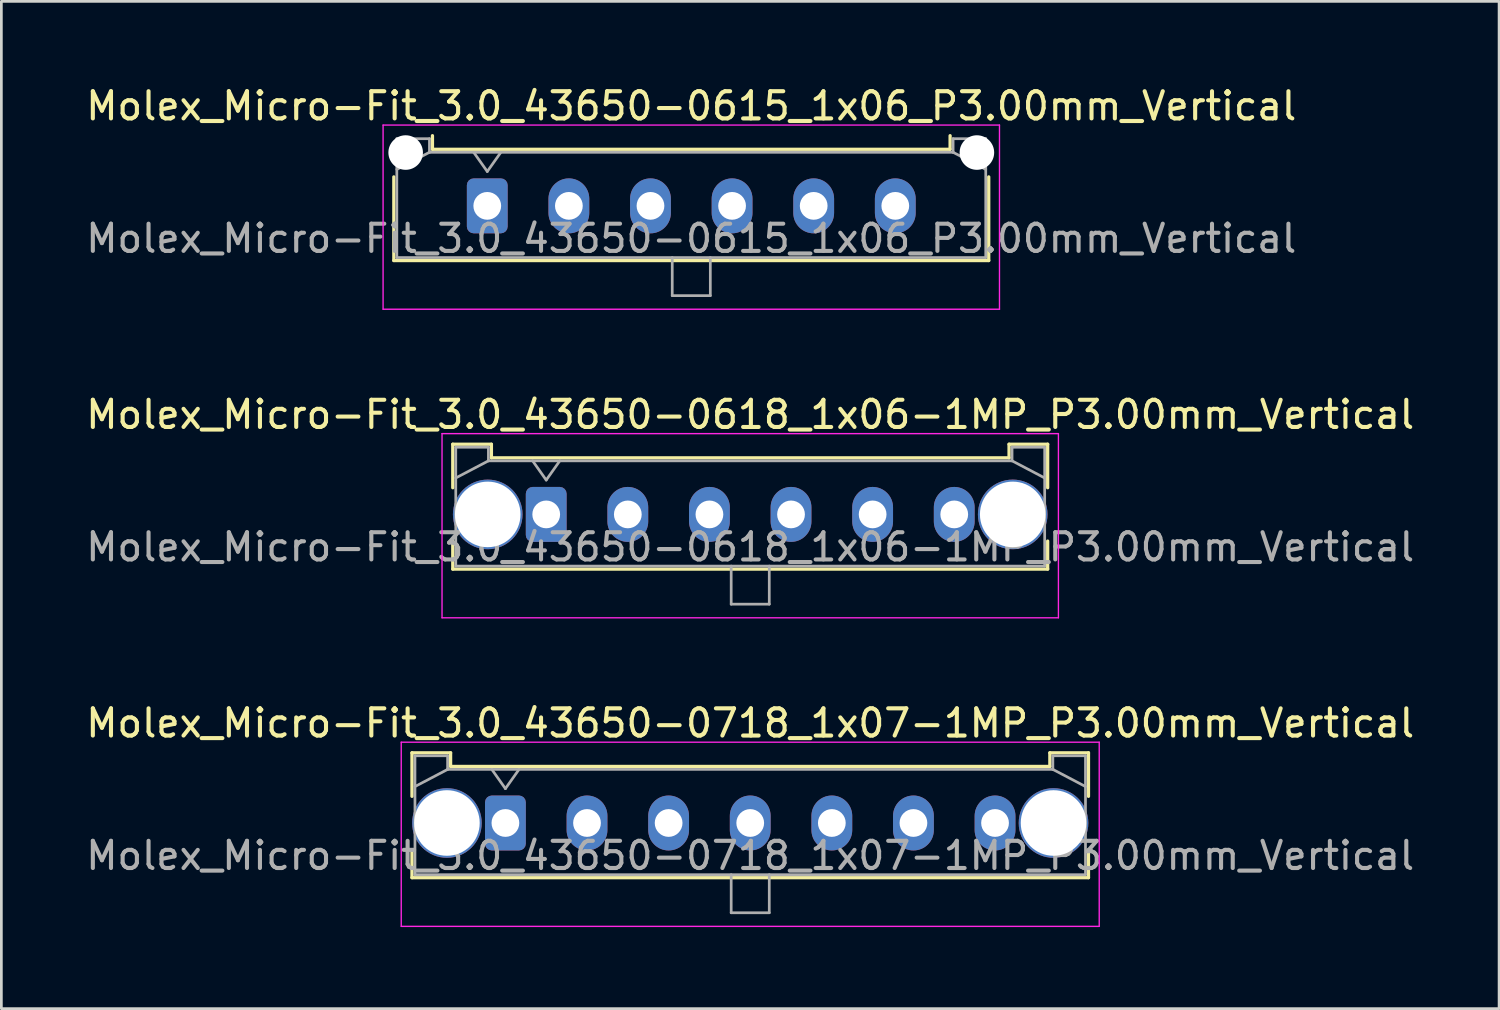
<source format=kicad_pcb>
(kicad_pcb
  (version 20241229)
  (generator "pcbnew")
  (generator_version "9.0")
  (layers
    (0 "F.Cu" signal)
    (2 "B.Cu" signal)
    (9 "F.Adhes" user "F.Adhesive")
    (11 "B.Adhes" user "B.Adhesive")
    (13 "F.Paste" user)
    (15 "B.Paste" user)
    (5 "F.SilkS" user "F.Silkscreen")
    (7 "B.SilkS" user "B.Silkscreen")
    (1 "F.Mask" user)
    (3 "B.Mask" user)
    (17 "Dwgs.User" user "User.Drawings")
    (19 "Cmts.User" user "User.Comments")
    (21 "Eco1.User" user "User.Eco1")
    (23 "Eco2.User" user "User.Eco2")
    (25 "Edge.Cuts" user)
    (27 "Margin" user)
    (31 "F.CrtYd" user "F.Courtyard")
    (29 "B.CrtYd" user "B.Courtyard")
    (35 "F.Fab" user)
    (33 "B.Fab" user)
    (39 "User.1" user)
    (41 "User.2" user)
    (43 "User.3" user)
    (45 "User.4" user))
  (footprint "Molex_Micro-Fit_3.0_43650-0615_1x06_P3.00mm_Vertical"
    (layer "F.Cu")
    (at 14.863 4.518)
    (property "Reference" "Molex_Micro-Fit_3.0_43650-0615_1x06_P3.00mm_Vertical" (at 7.5 -3.67 0) (layer "F.SilkS") (effects (font (size 1 1) (thickness 0.15))))
    (fp_line (start -3.435 -1.065) (end -3.435 2.01) (stroke (width 0.12) (type solid)) (layer "F.SilkS"))
    (fp_line (start -3.435 2.01) (end 18.435 2.01) (stroke (width 0.12) (type solid)) (layer "F.SilkS"))
    (fp_line (start -2.015 -2.58) (end -2.015 -2.08) (stroke (width 0.12) (type solid)) (layer "F.SilkS"))
    (fp_line (start -2.015 -2.08) (end 17.015 -2.08) (stroke (width 0.12) (type solid)) (layer "F.SilkS"))
    (fp_line (start 17.015 -2.08) (end 17.015 -2.58) (stroke (width 0.12) (type solid)) (layer "F.SilkS"))
    (fp_line (start 18.435 2.01) (end 18.435 -1.065) (stroke (width 0.12) (type solid)) (layer "F.SilkS"))
    (fp_line (start -3.83 -2.97) (end 18.83 -2.97) (stroke (width 0.05) (type solid)) (layer "F.CrtYd"))
    (fp_line (start -3.83 3.8) (end -3.83 -2.97) (stroke (width 0.05) (type solid)) (layer "F.CrtYd"))
    (fp_line (start 18.83 -2.97) (end 18.83 3.8) (stroke (width 0.05) (type solid)) (layer "F.CrtYd"))
    (fp_line (start 18.83 3.8) (end -3.83 3.8) (stroke (width 0.05) (type solid)) (layer "F.CrtYd"))
    (fp_line (start -3.325 -2.47) (end -3.325 1.9) (stroke (width 0.1) (type solid)) (layer "F.Fab"))
    (fp_line (start -3.325 -1.34) (end -2.125 -1.97) (stroke (width 0.1) (type solid)) (layer "F.Fab"))
    (fp_line (start -3.325 1.9) (end 18.325 1.9) (stroke (width 0.1) (type solid)) (layer "F.Fab"))
    (fp_line (start -2.125 -2.47) (end -3.325 -2.47) (stroke (width 0.1) (type solid)) (layer "F.Fab"))
    (fp_line (start -2.125 -1.97) (end -2.125 -2.47) (stroke (width 0.1) (type solid)) (layer "F.Fab"))
    (fp_line (start -0.5 -1.97) (end 0 -1.263) (stroke (width 0.1) (type solid)) (layer "F.Fab"))
    (fp_line (start 0 -1.263) (end 0.5 -1.97) (stroke (width 0.1) (type solid)) (layer "F.Fab"))
    (fp_line (start 6.8 1.9) (end 6.8 3.3) (stroke (width 0.1) (type solid)) (layer "F.Fab"))
    (fp_line (start 6.8 3.3) (end 8.2 3.3) (stroke (width 0.1) (type solid)) (layer "F.Fab"))
    (fp_line (start 8.2 3.3) (end 8.2 1.9) (stroke (width 0.1) (type solid)) (layer "F.Fab"))
    (fp_line (start 17.125 -2.47) (end 17.125 -1.97) (stroke (width 0.1) (type solid)) (layer "F.Fab"))
    (fp_line (start 17.125 -1.97) (end -2.125 -1.97) (stroke (width 0.1) (type solid)) (layer "F.Fab"))
    (fp_line (start 18.325 -2.47) (end 17.125 -2.47) (stroke (width 0.1) (type solid)) (layer "F.Fab"))
    (fp_line (start 18.325 -1.34) (end 17.125 -1.97) (stroke (width 0.1) (type solid)) (layer "F.Fab"))
    (fp_line (start 18.325 1.9) (end 18.325 -2.47) (stroke (width 0.1) (type solid)) (layer "F.Fab"))
    (fp_text user "${REFERENCE}" (at 7.5 1.2 0) (layer "F.Fab") (effects (font (size 1 1) (thickness 0.15))))
    (pad "" np_thru_hole circle (at -3 -1.96) (size 1.27 1.27) (drill 1.27) (layers "*.Cu" "*.Mask"))
    (pad "" np_thru_hole circle (at 18 -1.96) (size 1.27 1.27) (drill 1.27) (layers "*.Cu" "*.Mask"))
    (pad "1" thru_hole roundrect (at 0 0) (size 1.5 2.02) (drill 1.02) (layers "*.Cu" "*.Mask") (roundrect_rratio 0.167))
    (pad "2" thru_hole oval (at 3 0) (size 1.5 2.02) (drill 1.02) (layers "*.Cu" "*.Mask"))
    (pad "3" thru_hole oval (at 6 0) (size 1.5 2.02) (drill 1.02) (layers "*.Cu" "*.Mask"))
    (pad "4" thru_hole oval (at 9 0) (size 1.5 2.02) (drill 1.02) (layers "*.Cu" "*.Mask"))
    (pad "5" thru_hole oval (at 12 0) (size 1.5 2.02) (drill 1.02) (layers "*.Cu" "*.Mask"))
    (pad "6" thru_hole oval (at 15 0) (size 1.5 2.02) (drill 1.02) (layers "*.Cu" "*.Mask")))
  (footprint "Molex_Micro-Fit_3.0_43650-0618_1x06-1MP_P3.00mm_Vertical"
    (layer "F.Cu")
    (at 17.03 15.861)
    (property "Reference" "Molex_Micro-Fit_3.0_43650-0618_1x06-1MP_P3.00mm_Vertical" (at 7.5 -3.67 0) (layer "F.SilkS") (effects (font (size 1 1) (thickness 0.15))))
    (fp_line (start -3.435 -2.58) (end -2.015 -2.58) (stroke (width 0.12) (type solid)) (layer "F.SilkS"))
    (fp_line (start -3.435 -0.98) (end -3.435 -2.58) (stroke (width 0.12) (type solid)) (layer "F.SilkS"))
    (fp_line (start -3.435 0.98) (end -3.435 2.01) (stroke (width 0.12) (type solid)) (layer "F.SilkS"))
    (fp_line (start -3.435 2.01) (end 18.435 2.01) (stroke (width 0.12) (type solid)) (layer "F.SilkS"))
    (fp_line (start -2.015 -2.58) (end -2.015 -2.08) (stroke (width 0.12) (type solid)) (layer "F.SilkS"))
    (fp_line (start -2.015 -2.08) (end 17.015 -2.08) (stroke (width 0.12) (type solid)) (layer "F.SilkS"))
    (fp_line (start 17.015 -2.58) (end 18.435 -2.58) (stroke (width 0.12) (type solid)) (layer "F.SilkS"))
    (fp_line (start 17.015 -2.08) (end 17.015 -2.58) (stroke (width 0.12) (type solid)) (layer "F.SilkS"))
    (fp_line (start 18.435 -2.58) (end 18.435 -0.98) (stroke (width 0.12) (type solid)) (layer "F.SilkS"))
    (fp_line (start 18.435 2.01) (end 18.435 0.98) (stroke (width 0.12) (type solid)) (layer "F.SilkS"))
    (fp_line (start -3.83 -2.97) (end 18.83 -2.97) (stroke (width 0.05) (type solid)) (layer "F.CrtYd"))
    (fp_line (start -3.83 3.8) (end -3.83 -2.97) (stroke (width 0.05) (type solid)) (layer "F.CrtYd"))
    (fp_line (start 18.83 -2.97) (end 18.83 3.8) (stroke (width 0.05) (type solid)) (layer "F.CrtYd"))
    (fp_line (start 18.83 3.8) (end -3.83 3.8) (stroke (width 0.05) (type solid)) (layer "F.CrtYd"))
    (fp_line (start -3.325 -2.47) (end -3.325 1.9) (stroke (width 0.1) (type solid)) (layer "F.Fab"))
    (fp_line (start -3.325 -1.34) (end -2.125 -1.97) (stroke (width 0.1) (type solid)) (layer "F.Fab"))
    (fp_line (start -3.325 1.9) (end 18.325 1.9) (stroke (width 0.1) (type solid)) (layer "F.Fab"))
    (fp_line (start -2.125 -2.47) (end -3.325 -2.47) (stroke (width 0.1) (type solid)) (layer "F.Fab"))
    (fp_line (start -2.125 -1.97) (end -2.125 -2.47) (stroke (width 0.1) (type solid)) (layer "F.Fab"))
    (fp_line (start -0.5 -1.97) (end 0 -1.263) (stroke (width 0.1) (type solid)) (layer "F.Fab"))
    (fp_line (start 0 -1.263) (end 0.5 -1.97) (stroke (width 0.1) (type solid)) (layer "F.Fab"))
    (fp_line (start 6.8 1.9) (end 6.8 3.3) (stroke (width 0.1) (type solid)) (layer "F.Fab"))
    (fp_line (start 6.8 3.3) (end 8.2 3.3) (stroke (width 0.1) (type solid)) (layer "F.Fab"))
    (fp_line (start 8.2 3.3) (end 8.2 1.9) (stroke (width 0.1) (type solid)) (layer "F.Fab"))
    (fp_line (start 17.125 -2.47) (end 17.125 -1.97) (stroke (width 0.1) (type solid)) (layer "F.Fab"))
    (fp_line (start 17.125 -1.97) (end -2.125 -1.97) (stroke (width 0.1) (type solid)) (layer "F.Fab"))
    (fp_line (start 18.325 -2.47) (end 17.125 -2.47) (stroke (width 0.1) (type solid)) (layer "F.Fab"))
    (fp_line (start 18.325 -1.34) (end 17.125 -1.97) (stroke (width 0.1) (type solid)) (layer "F.Fab"))
    (fp_line (start 18.325 1.9) (end 18.325 -2.47) (stroke (width 0.1) (type solid)) (layer "F.Fab"))
    (fp_text user "${REFERENCE}" (at 7.5 1.2 0) (layer "F.Fab") (effects (font (size 1 1) (thickness 0.15))))
    (pad "1" thru_hole roundrect (at 0 0) (size 1.5 2.02) (drill 1.02) (layers "*.Cu" "*.Mask") (roundrect_rratio 0.167))
    (pad "2" thru_hole oval (at 3 0) (size 1.5 2.02) (drill 1.02) (layers "*.Cu" "*.Mask"))
    (pad "3" thru_hole oval (at 6 0) (size 1.5 2.02) (drill 1.02) (layers "*.Cu" "*.Mask"))
    (pad "4" thru_hole oval (at 9 0) (size 1.5 2.02) (drill 1.02) (layers "*.Cu" "*.Mask"))
    (pad "5" thru_hole oval (at 12 0) (size 1.5 2.02) (drill 1.02) (layers "*.Cu" "*.Mask"))
    (pad "6" thru_hole oval (at 15 0) (size 1.5 2.02) (drill 1.02) (layers "*.Cu" "*.Mask"))
    (pad "MP" thru_hole circle (at -2.15 0) (size 2.56 2.56) (drill 2.41) (layers "*.Cu" "*.Mask"))
    (pad "MP" thru_hole circle (at 17.15 0) (size 2.56 2.56) (drill 2.41) (layers "*.Cu" "*.Mask")))
  (footprint "Molex_Micro-Fit_3.0_43650-0718_1x07-1MP_P3.00mm_Vertical"
    (layer "F.Cu")
    (at 15.53 27.205)
    (property "Reference" "Molex_Micro-Fit_3.0_43650-0718_1x07-1MP_P3.00mm_Vertical" (at 9 -3.67 0) (layer "F.SilkS") (effects (font (size 1 1) (thickness 0.15))))
    (fp_line (start -3.435 -2.58) (end -2.015 -2.58) (stroke (width 0.12) (type solid)) (layer "F.SilkS"))
    (fp_line (start -3.435 -0.98) (end -3.435 -2.58) (stroke (width 0.12) (type solid)) (layer "F.SilkS"))
    (fp_line (start -3.435 0.98) (end -3.435 2.01) (stroke (width 0.12) (type solid)) (layer "F.SilkS"))
    (fp_line (start -3.435 2.01) (end 21.435 2.01) (stroke (width 0.12) (type solid)) (layer "F.SilkS"))
    (fp_line (start -2.015 -2.58) (end -2.015 -2.08) (stroke (width 0.12) (type solid)) (layer "F.SilkS"))
    (fp_line (start -2.015 -2.08) (end 20.015 -2.08) (stroke (width 0.12) (type solid)) (layer "F.SilkS"))
    (fp_line (start 20.015 -2.58) (end 21.435 -2.58) (stroke (width 0.12) (type solid)) (layer "F.SilkS"))
    (fp_line (start 20.015 -2.08) (end 20.015 -2.58) (stroke (width 0.12) (type solid)) (layer "F.SilkS"))
    (fp_line (start 21.435 -2.58) (end 21.435 -0.98) (stroke (width 0.12) (type solid)) (layer "F.SilkS"))
    (fp_line (start 21.435 2.01) (end 21.435 0.98) (stroke (width 0.12) (type solid)) (layer "F.SilkS"))
    (fp_line (start -3.83 -2.97) (end 21.83 -2.97) (stroke (width 0.05) (type solid)) (layer "F.CrtYd"))
    (fp_line (start -3.83 3.8) (end -3.83 -2.97) (stroke (width 0.05) (type solid)) (layer "F.CrtYd"))
    (fp_line (start 21.83 -2.97) (end 21.83 3.8) (stroke (width 0.05) (type solid)) (layer "F.CrtYd"))
    (fp_line (start 21.83 3.8) (end -3.83 3.8) (stroke (width 0.05) (type solid)) (layer "F.CrtYd"))
    (fp_line (start -3.325 -2.47) (end -3.325 1.9) (stroke (width 0.1) (type solid)) (layer "F.Fab"))
    (fp_line (start -3.325 -1.34) (end -2.125 -1.97) (stroke (width 0.1) (type solid)) (layer "F.Fab"))
    (fp_line (start -3.325 1.9) (end 21.325 1.9) (stroke (width 0.1) (type solid)) (layer "F.Fab"))
    (fp_line (start -2.125 -2.47) (end -3.325 -2.47) (stroke (width 0.1) (type solid)) (layer "F.Fab"))
    (fp_line (start -2.125 -1.97) (end -2.125 -2.47) (stroke (width 0.1) (type solid)) (layer "F.Fab"))
    (fp_line (start -0.5 -1.97) (end 0 -1.263) (stroke (width 0.1) (type solid)) (layer "F.Fab"))
    (fp_line (start 0 -1.263) (end 0.5 -1.97) (stroke (width 0.1) (type solid)) (layer "F.Fab"))
    (fp_line (start 8.3 1.9) (end 8.3 3.3) (stroke (width 0.1) (type solid)) (layer "F.Fab"))
    (fp_line (start 8.3 3.3) (end 9.7 3.3) (stroke (width 0.1) (type solid)) (layer "F.Fab"))
    (fp_line (start 9.7 3.3) (end 9.7 1.9) (stroke (width 0.1) (type solid)) (layer "F.Fab"))
    (fp_line (start 20.125 -2.47) (end 20.125 -1.97) (stroke (width 0.1) (type solid)) (layer "F.Fab"))
    (fp_line (start 20.125 -1.97) (end -2.125 -1.97) (stroke (width 0.1) (type solid)) (layer "F.Fab"))
    (fp_line (start 21.325 -2.47) (end 20.125 -2.47) (stroke (width 0.1) (type solid)) (layer "F.Fab"))
    (fp_line (start 21.325 -1.34) (end 20.125 -1.97) (stroke (width 0.1) (type solid)) (layer "F.Fab"))
    (fp_line (start 21.325 1.9) (end 21.325 -2.47) (stroke (width 0.1) (type solid)) (layer "F.Fab"))
    (fp_text user "${REFERENCE}" (at 9 1.2 0) (layer "F.Fab") (effects (font (size 1 1) (thickness 0.15))))
    (pad "1" thru_hole roundrect (at 0 0) (size 1.5 2.02) (drill 1.02) (layers "*.Cu" "*.Mask") (roundrect_rratio 0.167))
    (pad "2" thru_hole oval (at 3 0) (size 1.5 2.02) (drill 1.02) (layers "*.Cu" "*.Mask"))
    (pad "3" thru_hole oval (at 6 0) (size 1.5 2.02) (drill 1.02) (layers "*.Cu" "*.Mask"))
    (pad "4" thru_hole oval (at 9 0) (size 1.5 2.02) (drill 1.02) (layers "*.Cu" "*.Mask"))
    (pad "5" thru_hole oval (at 12 0) (size 1.5 2.02) (drill 1.02) (layers "*.Cu" "*.Mask"))
    (pad "6" thru_hole oval (at 15 0) (size 1.5 2.02) (drill 1.02) (layers "*.Cu" "*.Mask"))
    (pad "7" thru_hole oval (at 18 0) (size 1.5 2.02) (drill 1.02) (layers "*.Cu" "*.Mask"))
    (pad "MP" thru_hole circle (at -2.15 0) (size 2.56 2.56) (drill 2.41) (layers "*.Cu" "*.Mask"))
    (pad "MP" thru_hole circle (at 20.15 0) (size 2.56 2.56) (drill 2.41) (layers "*.Cu" "*.Mask")))
  (gr_rect
    (start -3 -3)
    (end 52.06 34.03)
    (stroke (width 0.1) (type default))
    (fill no)
    (layer "Edge.Cuts")))
</source>
